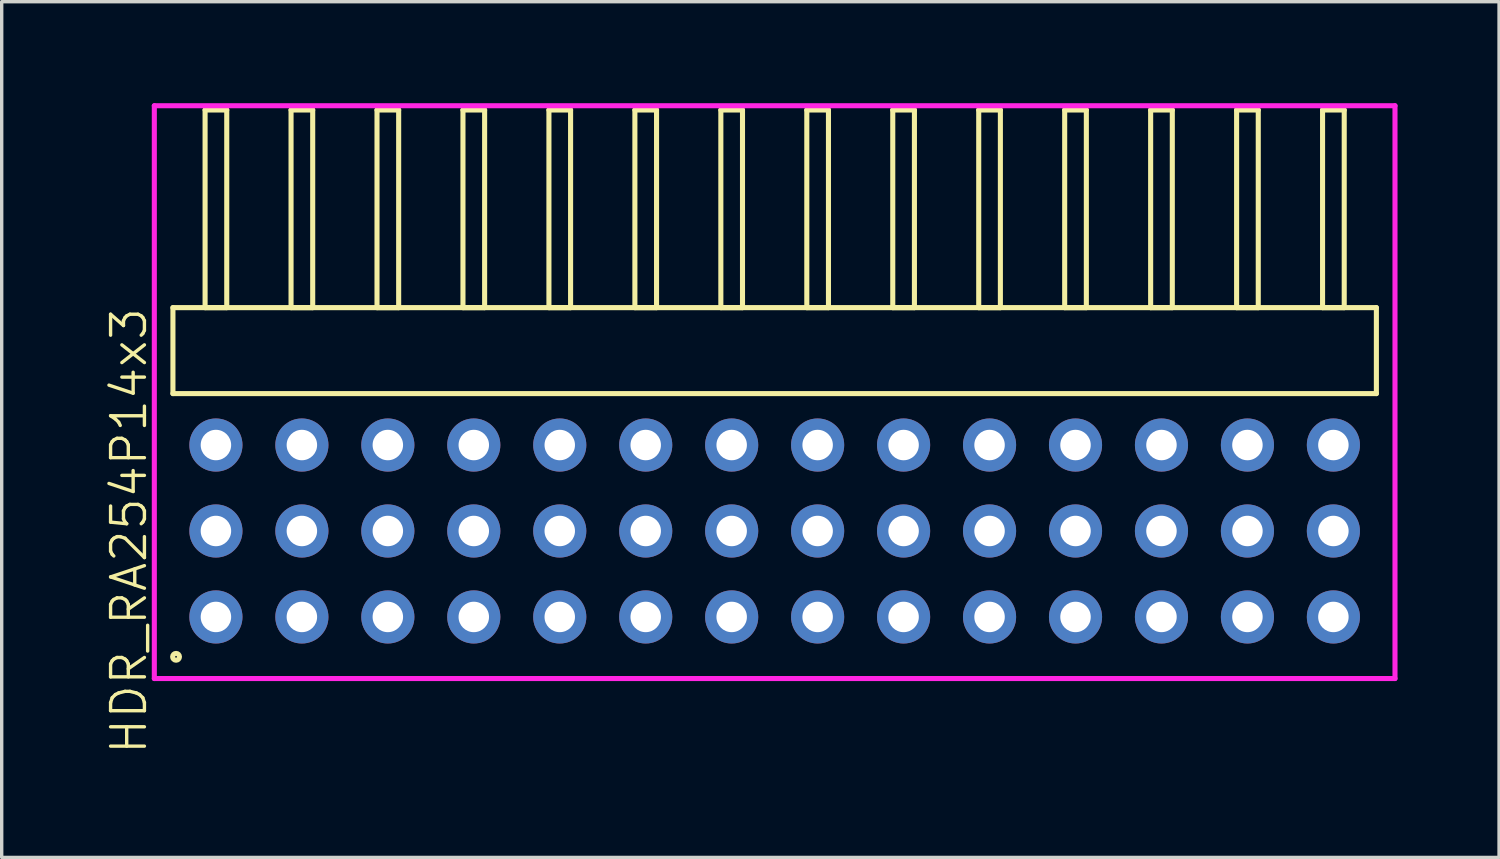
<source format=kicad_pcb>
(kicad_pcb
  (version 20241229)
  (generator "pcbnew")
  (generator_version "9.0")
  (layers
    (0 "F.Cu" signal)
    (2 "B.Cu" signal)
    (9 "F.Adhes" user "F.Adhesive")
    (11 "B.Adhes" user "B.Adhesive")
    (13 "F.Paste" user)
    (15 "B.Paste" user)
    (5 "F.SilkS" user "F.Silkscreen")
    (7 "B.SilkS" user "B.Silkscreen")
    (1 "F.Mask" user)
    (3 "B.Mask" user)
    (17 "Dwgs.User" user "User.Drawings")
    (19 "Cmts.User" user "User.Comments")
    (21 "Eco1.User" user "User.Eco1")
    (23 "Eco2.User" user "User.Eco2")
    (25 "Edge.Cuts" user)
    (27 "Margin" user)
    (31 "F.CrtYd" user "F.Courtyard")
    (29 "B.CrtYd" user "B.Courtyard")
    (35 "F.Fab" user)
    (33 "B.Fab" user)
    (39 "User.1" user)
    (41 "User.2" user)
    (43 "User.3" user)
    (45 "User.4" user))
  (footprint "HDR_RA254P14x3"
    (layer "F.Cu")
    (at 19.84 12.64)
    (property "Reference" "HDR_RA254P14x3" (at -19.08 0 90) (layer "F.SilkS") (effects (font (size 1 1) (thickness 0.1))))
    (attr through_hole)
    (fp_line (start -17.78 -6.6) (end -17.78 -4.06) (stroke (width 0.15) (type solid)) (layer "F.SilkS"))
    (fp_line (start -17.78 -4.06) (end 17.78 -4.06) (stroke (width 0.15) (type solid)) (layer "F.SilkS"))
    (fp_line (start -16.83 -12.44) (end -16.83 -6.6) (stroke (width 0.15) (type solid)) (layer "F.SilkS"))
    (fp_line (start -16.83 -6.6) (end -16.19 -6.6) (stroke (width 0.15) (type solid)) (layer "F.SilkS"))
    (fp_line (start -16.19 -12.44) (end -16.83 -12.44) (stroke (width 0.15) (type solid)) (layer "F.SilkS"))
    (fp_line (start -16.19 -6.6) (end -16.19 -12.44) (stroke (width 0.15) (type solid)) (layer "F.SilkS"))
    (fp_line (start -14.29 -12.44) (end -14.29 -6.6) (stroke (width 0.15) (type solid)) (layer "F.SilkS"))
    (fp_line (start -14.29 -6.6) (end -13.65 -6.6) (stroke (width 0.15) (type solid)) (layer "F.SilkS"))
    (fp_line (start -13.65 -12.44) (end -14.29 -12.44) (stroke (width 0.15) (type solid)) (layer "F.SilkS"))
    (fp_line (start -13.65 -6.6) (end -13.65 -12.44) (stroke (width 0.15) (type solid)) (layer "F.SilkS"))
    (fp_line (start -11.75 -12.44) (end -11.75 -6.6) (stroke (width 0.15) (type solid)) (layer "F.SilkS"))
    (fp_line (start -11.75 -6.6) (end -11.11 -6.6) (stroke (width 0.15) (type solid)) (layer "F.SilkS"))
    (fp_line (start -11.11 -12.44) (end -11.75 -12.44) (stroke (width 0.15) (type solid)) (layer "F.SilkS"))
    (fp_line (start -11.11 -6.6) (end -11.11 -12.44) (stroke (width 0.15) (type solid)) (layer "F.SilkS"))
    (fp_line (start -9.21 -12.44) (end -9.21 -6.6) (stroke (width 0.15) (type solid)) (layer "F.SilkS"))
    (fp_line (start -9.21 -6.6) (end -8.57 -6.6) (stroke (width 0.15) (type solid)) (layer "F.SilkS"))
    (fp_line (start -8.57 -12.44) (end -9.21 -12.44) (stroke (width 0.15) (type solid)) (layer "F.SilkS"))
    (fp_line (start -8.57 -6.6) (end -8.57 -12.44) (stroke (width 0.15) (type solid)) (layer "F.SilkS"))
    (fp_line (start -6.67 -12.44) (end -6.67 -6.6) (stroke (width 0.15) (type solid)) (layer "F.SilkS"))
    (fp_line (start -6.67 -6.6) (end -6.03 -6.6) (stroke (width 0.15) (type solid)) (layer "F.SilkS"))
    (fp_line (start -6.03 -12.44) (end -6.67 -12.44) (stroke (width 0.15) (type solid)) (layer "F.SilkS"))
    (fp_line (start -6.03 -6.6) (end -6.03 -12.44) (stroke (width 0.15) (type solid)) (layer "F.SilkS"))
    (fp_line (start -4.13 -12.44) (end -4.13 -6.6) (stroke (width 0.15) (type solid)) (layer "F.SilkS"))
    (fp_line (start -4.13 -6.6) (end -3.49 -6.6) (stroke (width 0.15) (type solid)) (layer "F.SilkS"))
    (fp_line (start -3.49 -12.44) (end -4.13 -12.44) (stroke (width 0.15) (type solid)) (layer "F.SilkS"))
    (fp_line (start -3.49 -6.6) (end -3.49 -12.44) (stroke (width 0.15) (type solid)) (layer "F.SilkS"))
    (fp_line (start -1.59 -12.44) (end -1.59 -6.6) (stroke (width 0.15) (type solid)) (layer "F.SilkS"))
    (fp_line (start -1.59 -6.6) (end -0.95 -6.6) (stroke (width 0.15) (type solid)) (layer "F.SilkS"))
    (fp_line (start -0.95 -12.44) (end -1.59 -12.44) (stroke (width 0.15) (type solid)) (layer "F.SilkS"))
    (fp_line (start -0.95 -6.6) (end -0.95 -12.44) (stroke (width 0.15) (type solid)) (layer "F.SilkS"))
    (fp_line (start 0.95 -12.44) (end 0.95 -6.6) (stroke (width 0.15) (type solid)) (layer "F.SilkS"))
    (fp_line (start 0.95 -6.6) (end 1.59 -6.6) (stroke (width 0.15) (type solid)) (layer "F.SilkS"))
    (fp_line (start 1.59 -12.44) (end 0.95 -12.44) (stroke (width 0.15) (type solid)) (layer "F.SilkS"))
    (fp_line (start 1.59 -6.6) (end 1.59 -12.44) (stroke (width 0.15) (type solid)) (layer "F.SilkS"))
    (fp_line (start 3.49 -12.44) (end 3.49 -6.6) (stroke (width 0.15) (type solid)) (layer "F.SilkS"))
    (fp_line (start 3.49 -6.6) (end 4.13 -6.6) (stroke (width 0.15) (type solid)) (layer "F.SilkS"))
    (fp_line (start 4.13 -12.44) (end 3.49 -12.44) (stroke (width 0.15) (type solid)) (layer "F.SilkS"))
    (fp_line (start 4.13 -6.6) (end 4.13 -12.44) (stroke (width 0.15) (type solid)) (layer "F.SilkS"))
    (fp_line (start 6.03 -12.44) (end 6.03 -6.6) (stroke (width 0.15) (type solid)) (layer "F.SilkS"))
    (fp_line (start 6.03 -6.6) (end 6.67 -6.6) (stroke (width 0.15) (type solid)) (layer "F.SilkS"))
    (fp_line (start 6.67 -12.44) (end 6.03 -12.44) (stroke (width 0.15) (type solid)) (layer "F.SilkS"))
    (fp_line (start 6.67 -6.6) (end 6.67 -12.44) (stroke (width 0.15) (type solid)) (layer "F.SilkS"))
    (fp_line (start 8.57 -12.44) (end 8.57 -6.6) (stroke (width 0.15) (type solid)) (layer "F.SilkS"))
    (fp_line (start 8.57 -6.6) (end 9.21 -6.6) (stroke (width 0.15) (type solid)) (layer "F.SilkS"))
    (fp_line (start 9.21 -12.44) (end 8.57 -12.44) (stroke (width 0.15) (type solid)) (layer "F.SilkS"))
    (fp_line (start 9.21 -6.6) (end 9.21 -12.44) (stroke (width 0.15) (type solid)) (layer "F.SilkS"))
    (fp_line (start 11.11 -12.44) (end 11.11 -6.6) (stroke (width 0.15) (type solid)) (layer "F.SilkS"))
    (fp_line (start 11.11 -6.6) (end 11.75 -6.6) (stroke (width 0.15) (type solid)) (layer "F.SilkS"))
    (fp_line (start 11.75 -12.44) (end 11.11 -12.44) (stroke (width 0.15) (type solid)) (layer "F.SilkS"))
    (fp_line (start 11.75 -6.6) (end 11.75 -12.44) (stroke (width 0.15) (type solid)) (layer "F.SilkS"))
    (fp_line (start 13.65 -12.44) (end 13.65 -6.6) (stroke (width 0.15) (type solid)) (layer "F.SilkS"))
    (fp_line (start 13.65 -6.6) (end 14.29 -6.6) (stroke (width 0.15) (type solid)) (layer "F.SilkS"))
    (fp_line (start 14.29 -12.44) (end 13.65 -12.44) (stroke (width 0.15) (type solid)) (layer "F.SilkS"))
    (fp_line (start 14.29 -6.6) (end 14.29 -12.44) (stroke (width 0.15) (type solid)) (layer "F.SilkS"))
    (fp_line (start 16.19 -12.44) (end 16.19 -6.6) (stroke (width 0.15) (type solid)) (layer "F.SilkS"))
    (fp_line (start 16.19 -6.6) (end 16.83 -6.6) (stroke (width 0.15) (type solid)) (layer "F.SilkS"))
    (fp_line (start 16.83 -12.44) (end 16.19 -12.44) (stroke (width 0.15) (type solid)) (layer "F.SilkS"))
    (fp_line (start 16.83 -6.6) (end 16.83 -12.44) (stroke (width 0.15) (type solid)) (layer "F.SilkS"))
    (fp_line (start 17.78 -6.6) (end -17.78 -6.6) (stroke (width 0.15) (type solid)) (layer "F.SilkS"))
    (fp_line (start 17.78 -4.06) (end 17.78 -6.6) (stroke (width 0.15) (type solid)) (layer "F.SilkS"))
    (fp_circle (center -17.688 3.718) (end -17.587 3.718) (stroke (width 0.15) (type solid)) (fill no) (layer "F.SilkS"))
    (fp_line (start -18.33 -12.565) (end -18.33 4.36) (stroke (width 0.15) (type solid)) (layer "F.CrtYd"))
    (fp_line (start -18.33 4.36) (end 18.33 4.36) (stroke (width 0.15) (type solid)) (layer "F.CrtYd"))
    (fp_line (start 18.33 -12.565) (end -18.33 -12.565) (stroke (width 0.15) (type solid)) (layer "F.CrtYd"))
    (fp_line (start 18.33 4.36) (end 18.33 -12.565) (stroke (width 0.15) (type solid)) (layer "F.CrtYd"))
    (pad "1" thru_hole oval (at -16.51 2.54) (size 1.57 1.57) (drill 0.9) (layers "*.Cu" "*.Mask"))
    (pad "2" thru_hole oval (at -16.51 0) (size 1.57 1.57) (drill 0.9) (layers "*.Cu" "*.Mask"))
    (pad "3" thru_hole oval (at -16.51 -2.54) (size 1.57 1.57) (drill 0.9) (layers "*.Cu" "*.Mask"))
    (pad "4" thru_hole oval (at -13.97 2.54) (size 1.57 1.57) (drill 0.9) (layers "*.Cu" "*.Mask"))
    (pad "5" thru_hole oval (at -13.97 0) (size 1.57 1.57) (drill 0.9) (layers "*.Cu" "*.Mask"))
    (pad "6" thru_hole oval (at -13.97 -2.54) (size 1.57 1.57) (drill 0.9) (layers "*.Cu" "*.Mask"))
    (pad "7" thru_hole oval (at -11.43 2.54) (size 1.57 1.57) (drill 0.9) (layers "*.Cu" "*.Mask"))
    (pad "8" thru_hole oval (at -11.43 0) (size 1.57 1.57) (drill 0.9) (layers "*.Cu" "*.Mask"))
    (pad "9" thru_hole oval (at -11.43 -2.54) (size 1.57 1.57) (drill 0.9) (layers "*.Cu" "*.Mask"))
    (pad "10" thru_hole oval (at -8.89 2.54) (size 1.57 1.57) (drill 0.9) (layers "*.Cu" "*.Mask"))
    (pad "11" thru_hole oval (at -8.89 0) (size 1.57 1.57) (drill 0.9) (layers "*.Cu" "*.Mask"))
    (pad "12" thru_hole oval (at -8.89 -2.54) (size 1.57 1.57) (drill 0.9) (layers "*.Cu" "*.Mask"))
    (pad "13" thru_hole oval (at -6.35 2.54) (size 1.57 1.57) (drill 0.9) (layers "*.Cu" "*.Mask"))
    (pad "14" thru_hole oval (at -6.35 0) (size 1.57 1.57) (drill 0.9) (layers "*.Cu" "*.Mask"))
    (pad "15" thru_hole oval (at -6.35 -2.54) (size 1.57 1.57) (drill 0.9) (layers "*.Cu" "*.Mask"))
    (pad "16" thru_hole oval (at -3.81 2.54) (size 1.57 1.57) (drill 0.9) (layers "*.Cu" "*.Mask"))
    (pad "17" thru_hole oval (at -3.81 0) (size 1.57 1.57) (drill 0.9) (layers "*.Cu" "*.Mask"))
    (pad "18" thru_hole oval (at -3.81 -2.54) (size 1.57 1.57) (drill 0.9) (layers "*.Cu" "*.Mask"))
    (pad "19" thru_hole oval (at -1.27 2.54) (size 1.57 1.57) (drill 0.9) (layers "*.Cu" "*.Mask"))
    (pad "20" thru_hole oval (at -1.27 0) (size 1.57 1.57) (drill 0.9) (layers "*.Cu" "*.Mask"))
    (pad "21" thru_hole oval (at -1.27 -2.54) (size 1.57 1.57) (drill 0.9) (layers "*.Cu" "*.Mask"))
    (pad "22" thru_hole oval (at 1.27 2.54) (size 1.57 1.57) (drill 0.9) (layers "*.Cu" "*.Mask"))
    (pad "23" thru_hole oval (at 1.27 0) (size 1.57 1.57) (drill 0.9) (layers "*.Cu" "*.Mask"))
    (pad "24" thru_hole oval (at 1.27 -2.54) (size 1.57 1.57) (drill 0.9) (layers "*.Cu" "*.Mask"))
    (pad "25" thru_hole oval (at 3.81 2.54) (size 1.57 1.57) (drill 0.9) (layers "*.Cu" "*.Mask"))
    (pad "26" thru_hole oval (at 3.81 0) (size 1.57 1.57) (drill 0.9) (layers "*.Cu" "*.Mask"))
    (pad "27" thru_hole oval (at 3.81 -2.54) (size 1.57 1.57) (drill 0.9) (layers "*.Cu" "*.Mask"))
    (pad "28" thru_hole oval (at 6.35 2.54) (size 1.57 1.57) (drill 0.9) (layers "*.Cu" "*.Mask"))
    (pad "29" thru_hole oval (at 6.35 0) (size 1.57 1.57) (drill 0.9) (layers "*.Cu" "*.Mask"))
    (pad "30" thru_hole oval (at 6.35 -2.54) (size 1.57 1.57) (drill 0.9) (layers "*.Cu" "*.Mask"))
    (pad "31" thru_hole oval (at 8.89 2.54) (size 1.57 1.57) (drill 0.9) (layers "*.Cu" "*.Mask"))
    (pad "32" thru_hole oval (at 8.89 0) (size 1.57 1.57) (drill 0.9) (layers "*.Cu" "*.Mask"))
    (pad "33" thru_hole oval (at 8.89 -2.54) (size 1.57 1.57) (drill 0.9) (layers "*.Cu" "*.Mask"))
    (pad "34" thru_hole oval (at 11.43 2.54) (size 1.57 1.57) (drill 0.9) (layers "*.Cu" "*.Mask"))
    (pad "35" thru_hole oval (at 11.43 0) (size 1.57 1.57) (drill 0.9) (layers "*.Cu" "*.Mask"))
    (pad "36" thru_hole oval (at 11.43 -2.54) (size 1.57 1.57) (drill 0.9) (layers "*.Cu" "*.Mask"))
    (pad "37" thru_hole oval (at 13.97 2.54) (size 1.57 1.57) (drill 0.9) (layers "*.Cu" "*.Mask"))
    (pad "38" thru_hole oval (at 13.97 0) (size 1.57 1.57) (drill 0.9) (layers "*.Cu" "*.Mask"))
    (pad "39" thru_hole oval (at 13.97 -2.54) (size 1.57 1.57) (drill 0.9) (layers "*.Cu" "*.Mask"))
    (pad "40" thru_hole oval (at 16.51 2.54) (size 1.57 1.57) (drill 0.9) (layers "*.Cu" "*.Mask"))
    (pad "41" thru_hole oval (at 16.51 0) (size 1.57 1.57) (drill 0.9) (layers "*.Cu" "*.Mask"))
    (pad "42" thru_hole oval (at 16.51 -2.54) (size 1.57 1.57) (drill 0.9) (layers "*.Cu" "*.Mask")))
  (gr_rect
    (start -3 -3)
    (end 41.245 22.285)
    (stroke (width 0.1) (type default))
    (fill no)
    (layer "Edge.Cuts")))
</source>
